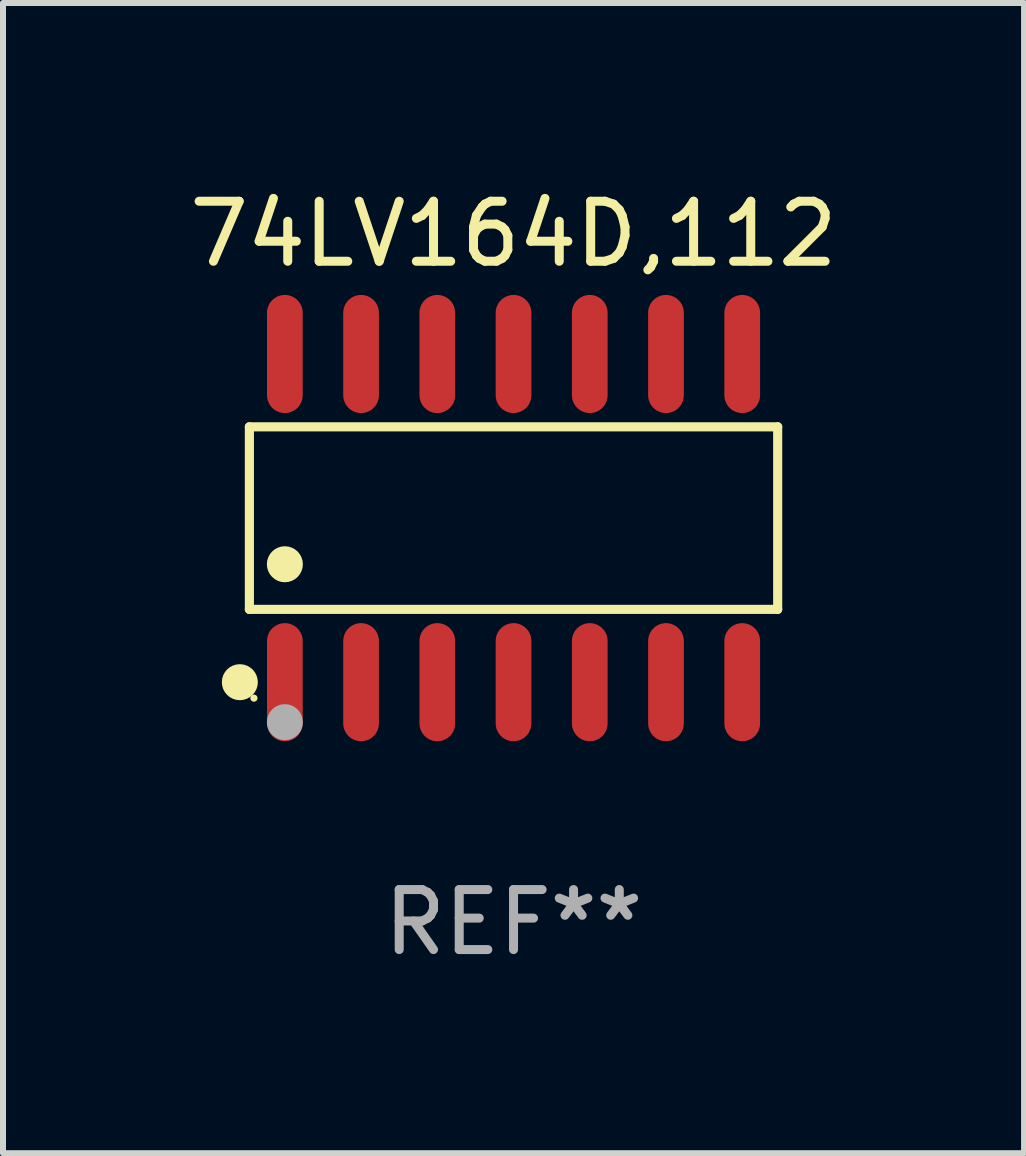
<source format=kicad_pcb>
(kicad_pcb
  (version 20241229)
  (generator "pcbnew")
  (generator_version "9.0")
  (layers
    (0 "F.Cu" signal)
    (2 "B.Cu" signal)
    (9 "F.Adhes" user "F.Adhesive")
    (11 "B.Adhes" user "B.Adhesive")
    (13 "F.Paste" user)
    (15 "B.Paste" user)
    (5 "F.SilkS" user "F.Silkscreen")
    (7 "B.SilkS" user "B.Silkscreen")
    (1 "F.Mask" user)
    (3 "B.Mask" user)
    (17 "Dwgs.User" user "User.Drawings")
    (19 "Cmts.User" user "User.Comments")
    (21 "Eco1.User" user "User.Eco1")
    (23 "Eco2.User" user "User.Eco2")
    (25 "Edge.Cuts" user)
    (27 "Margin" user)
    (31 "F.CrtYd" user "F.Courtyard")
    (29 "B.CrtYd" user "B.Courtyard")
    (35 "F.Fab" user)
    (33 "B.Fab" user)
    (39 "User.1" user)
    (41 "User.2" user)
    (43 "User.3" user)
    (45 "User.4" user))
  (footprint "74LV164D,112"
    (layer "F.Cu")
    (at 5.506 5.582)
    (property "Reference" "74LV164D,112" (at 0 -4.734 0) (layer "F.SilkS") (effects (font (size 1 1) (thickness 0.15))))
    (attr through_hole)
    (fp_line (start -4.401 -1.521) (end 4.401 -1.521) (stroke (width 0.152) (type solid)) (layer "F.SilkS"))
    (fp_line (start -4.401 1.521) (end -4.401 -1.521) (stroke (width 0.152) (type solid)) (layer "F.SilkS"))
    (fp_line (start 4.401 -1.521) (end 4.401 1.521) (stroke (width 0.152) (type solid)) (layer "F.SilkS"))
    (fp_line (start 4.401 1.521) (end -4.401 1.521) (stroke (width 0.152) (type solid)) (layer "F.SilkS"))
    (fp_circle (center -4.56 2.734) (end -4.41 2.734) (stroke (width 0.3) (type solid)) (fill no) (layer "F.SilkS"))
    (fp_circle (center -4.325 3) (end -4.295 3) (stroke (width 0.06) (type solid)) (fill no) (layer "F.SilkS"))
    (fp_circle (center -3.81 0.769) (end -3.66 0.769) (stroke (width 0.3) (type solid)) (fill no) (layer "F.SilkS"))
    (fp_circle (center -3.81 3.4) (end -3.66 3.4) (stroke (width 0.3) (type solid)) (fill no) (layer "F.Fab"))
    (fp_text user "REF**" (at 0 6.734 0) (layer "F.Fab") (effects (font (size 1 1) (thickness 0.15))))
    (pad "1" smd oval (at -3.81 2.734) (size 0.595 1.968) (layers "F.Cu" "F.Mask" "F.Paste"))
    (pad "2" smd oval (at -2.54 2.734) (size 0.595 1.968) (layers "F.Cu" "F.Mask" "F.Paste"))
    (pad "3" smd oval (at -1.27 2.734) (size 0.595 1.968) (layers "F.Cu" "F.Mask" "F.Paste"))
    (pad "4" smd oval (at 0 2.734) (size 0.595 1.968) (layers "F.Cu" "F.Mask" "F.Paste"))
    (pad "5" smd oval (at 1.27 2.734) (size 0.595 1.968) (layers "F.Cu" "F.Mask" "F.Paste"))
    (pad "6" smd oval (at 2.54 2.734) (size 0.595 1.968) (layers "F.Cu" "F.Mask" "F.Paste"))
    (pad "7" smd oval (at 3.81 2.734) (size 0.595 1.968) (layers "F.Cu" "F.Mask" "F.Paste"))
    (pad "8" smd oval (at 3.81 -2.734) (size 0.595 1.968) (layers "F.Cu" "F.Mask" "F.Paste"))
    (pad "9" smd oval (at 2.54 -2.734) (size 0.595 1.968) (layers "F.Cu" "F.Mask" "F.Paste"))
    (pad "10" smd oval (at 1.27 -2.734) (size 0.595 1.968) (layers "F.Cu" "F.Mask" "F.Paste"))
    (pad "11" smd oval (at 0 -2.734) (size 0.595 1.968) (layers "F.Cu" "F.Mask" "F.Paste"))
    (pad "12" smd oval (at -1.27 -2.734) (size 0.595 1.968) (layers "F.Cu" "F.Mask" "F.Paste"))
    (pad "13" smd oval (at -2.54 -2.734) (size 0.595 1.968) (layers "F.Cu" "F.Mask" "F.Paste"))
    (pad "14" smd oval (at -3.81 -2.734) (size 0.595 1.968) (layers "F.Cu" "F.Mask" "F.Paste")))
  (gr_rect
    (start -3 -3)
    (end 14.012 16.164)
    (stroke (width 0.1) (type default))
    (fill no)
    (layer "Edge.Cuts")))
</source>
